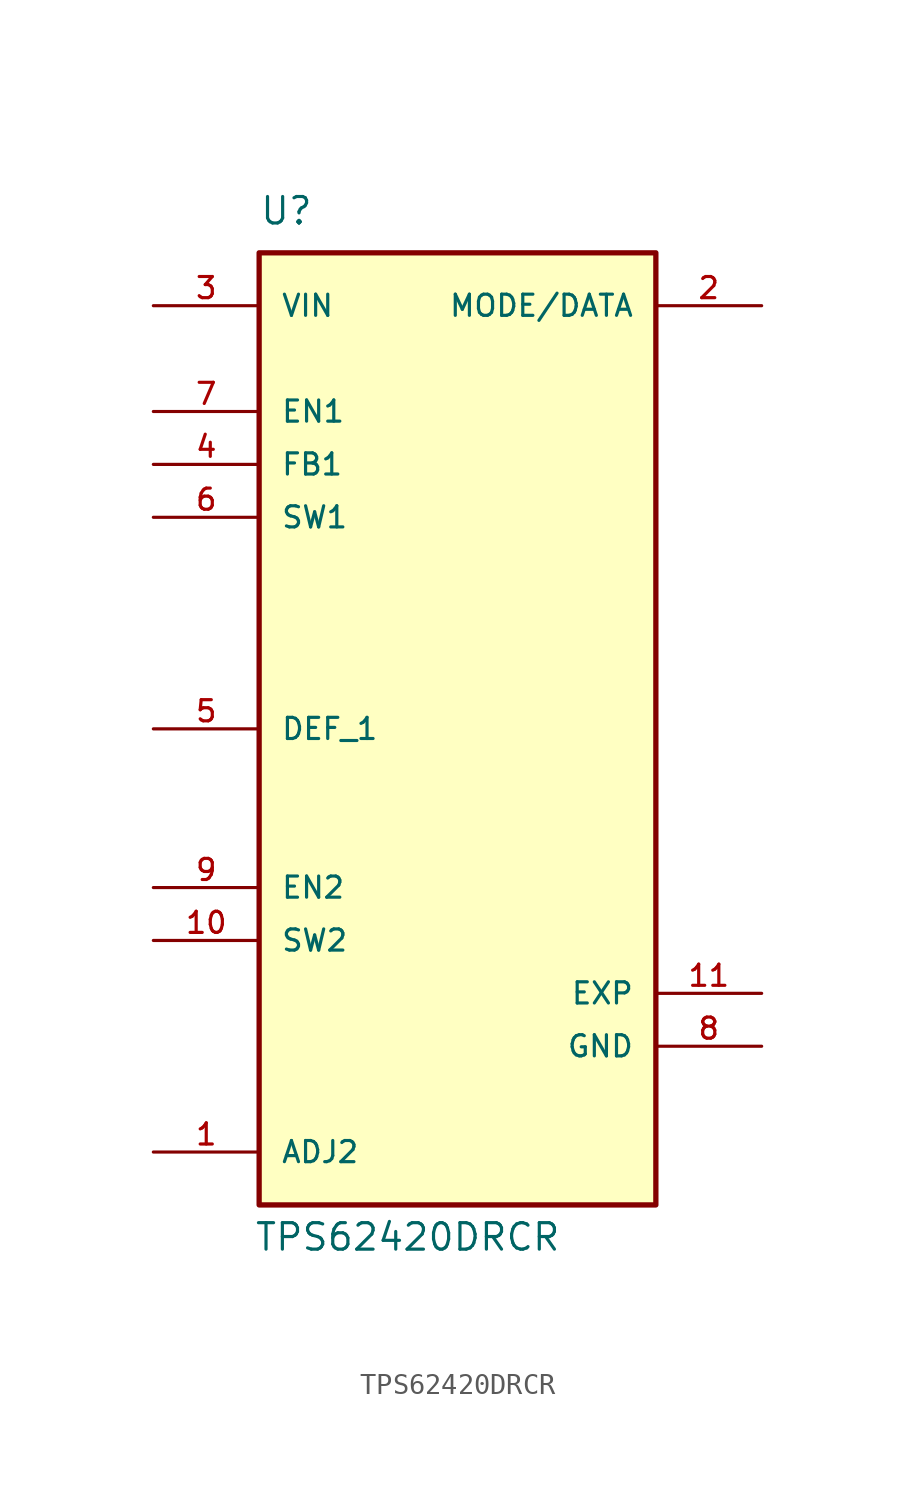
<source format=kicad_sym>
(kicad_symbol_lib
  (version 20241209)
  (generator "kicad_symbol_editor")
  (generator_version "9.0")
  (symbol "TPS62420DRCR"
    (pin_names
      (offset 1.016))
    (property "Reference" "U"
      (at -8.89 21.59 0)
      (effects (font (size 1.27 1.27)) (justify left bottom)))
    (property "Value" "TPS62420DRCR"
      (at -9.144 -27.686 0)
      (effects (font (size 1.27 1.27)) (justify left bottom)))
    (symbol "TPS62420DRCR_0_0"
      (rectangle (start -8.89 20.32) (end 10.16 -25.4) (stroke (width 0.254) (type default)) (fill (type background)))
      (pin input line (at -13.97 17.78 0) (length 5.08) (name "VIN" (effects (font (size 1.016 1.016)))) (number "3" (effects (font (size 1.016 1.016)))))
      (pin input line (at -13.97 12.7 0) (length 5.08) (name "EN1" (effects (font (size 1.016 1.016)))) (number "7" (effects (font (size 1.016 1.016)))))
      (pin input line (at -13.97 10.16 0) (length 5.08) (name "FB1" (effects (font (size 1.016 1.016)))) (number "4" (effects (font (size 1.016 1.016)))))
      (pin passive line (at -13.97 7.62 0) (length 5.08) (name "SW1" (effects (font (size 1.016 1.016)))) (number "6" (effects (font (size 1.016 1.016)))))
      (pin bidirectional line (at -13.97 -2.54 0) (length 5.08) (name "DEF_1" (effects (font (size 1.016 1.016)))) (number "5" (effects (font (size 1.016 1.016)))))
      (pin bidirectional line (at -13.97 -10.16 0) (length 5.08) (name "EN2" (effects (font (size 1.016 1.016)))) (number "9" (effects (font (size 1.016 1.016)))))
      (pin passive line (at -13.97 -12.7 0) (length 5.08) (name "SW2" (effects (font (size 1.016 1.016)))) (number "10" (effects (font (size 1.016 1.016)))))
      (pin input line (at -13.97 -22.86 0) (length 5.08) (name "ADJ2" (effects (font (size 1.016 1.016)))) (number "1" (effects (font (size 1.016 1.016)))))
      (pin input line (at 15.24 17.78 180) (length 5.08) (name "MODE/DATA" (effects (font (size 1.016 1.016)))) (number "2" (effects (font (size 1.016 1.016)))))
      (pin power_in line (at 15.24 -15.24 180) (length 5.08) (name "EXP" (effects (font (size 1.016 1.016)))) (number "11" (effects (font (size 1.016 1.016)))))
      (pin power_in line (at 15.24 -17.78 180) (length 5.08) (name "GND" (effects (font (size 1.016 1.016)))) (number "8" (effects (font (size 1.016 1.016))))))))
</source>
